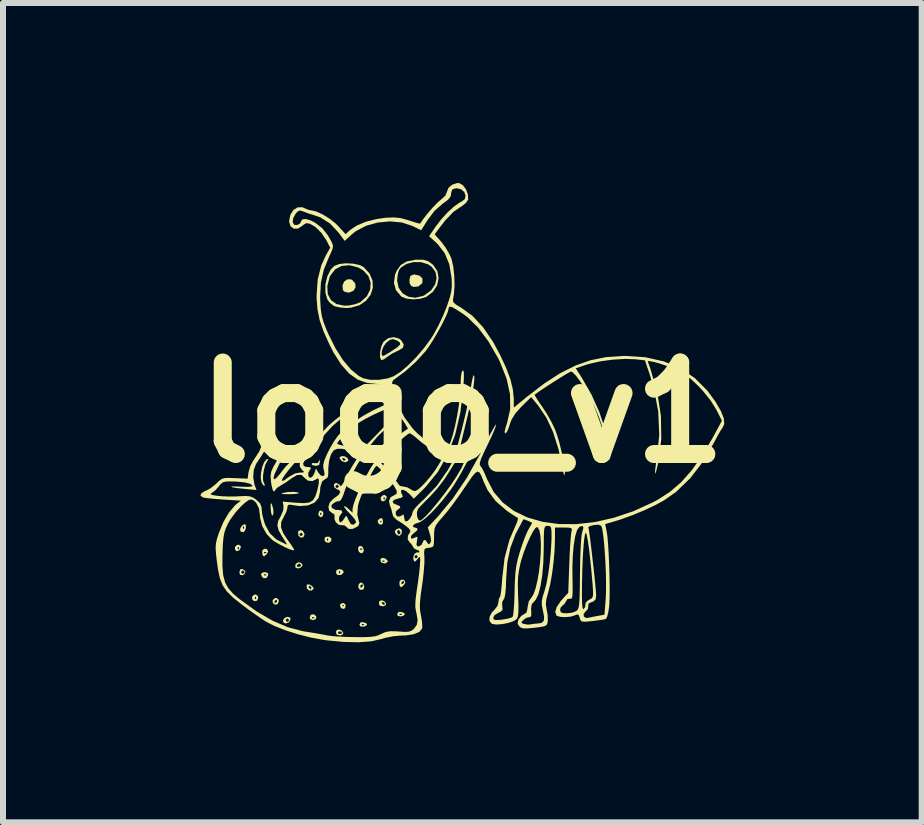
<source format=kicad_pcb>
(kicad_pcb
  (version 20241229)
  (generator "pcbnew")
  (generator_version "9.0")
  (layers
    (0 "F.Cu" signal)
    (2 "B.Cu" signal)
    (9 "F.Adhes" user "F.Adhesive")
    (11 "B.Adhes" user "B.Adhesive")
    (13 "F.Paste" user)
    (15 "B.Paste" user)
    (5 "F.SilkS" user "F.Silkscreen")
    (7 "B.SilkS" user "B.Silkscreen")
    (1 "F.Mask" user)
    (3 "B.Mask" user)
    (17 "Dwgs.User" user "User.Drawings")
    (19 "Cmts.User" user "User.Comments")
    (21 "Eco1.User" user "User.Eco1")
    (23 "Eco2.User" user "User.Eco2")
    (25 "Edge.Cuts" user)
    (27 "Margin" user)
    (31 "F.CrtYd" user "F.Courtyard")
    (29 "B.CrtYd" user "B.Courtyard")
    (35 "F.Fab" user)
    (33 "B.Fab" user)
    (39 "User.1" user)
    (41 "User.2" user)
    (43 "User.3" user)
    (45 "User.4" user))
  (footprint "logo_v1"
    (layer "F.Cu")
    (at 4.652 3.824)
    (property "Reference" "logo_v1" (at 0 0 0) (layer "F.SilkS") (effects (font (size 1.524 1.524) (thickness 0.3))))
    (attr board_only exclude_from_pos_files exclude_from_bom)
    (fp_poly (pts (xy -3.172 1.529) (xy -3.152 1.597) (xy -3.146 1.664) (xy -3.155 1.708) (xy -3.166 1.714) (xy -3.181 1.689) (xy -3.191 1.625) (xy -3.193 1.593) (xy -3.193 1.523) (xy -3.186 1.506)) (stroke (width 0) (type solid)) (fill yes) (layer "F.SilkS"))
    (fp_poly (pts (xy -2.736 1.33) (xy -2.724 1.336) (xy -2.733 1.347) (xy -2.787 1.355) (xy -2.876 1.359) (xy -2.881 1.359) (xy -2.974 1.357) (xy -3.016 1.351) (xy -3.002 1.341) (xy -3 1.34) (xy -2.904 1.322) (xy -2.808 1.319)) (stroke (width 0) (type solid)) (fill yes) (layer "F.SilkS"))
    (fp_poly (pts (xy -2.376 0.807) (xy -2.375 0.821) (xy -2.385 0.87) (xy -2.432 0.886) (xy -2.443 0.886) (xy -2.497 0.875) (xy -2.514 0.855) (xy -2.492 0.838) (xy -2.459 0.842) (xy -2.41 0.84) (xy -2.391 0.808) (xy -2.381 0.781)) (stroke (width 0) (type solid)) (fill yes) (layer "F.SilkS"))
    (fp_poly (pts (xy -1.854 -2.22) (xy -1.836 -2.211) (xy -1.784 -2.153) (xy -1.779 -2.088) (xy -1.813 -2.031) (xy -1.883 -2.001) (xy -1.904 -2) (xy -1.964 -2.015) (xy -1.989 -2.041) (xy -1.997 -2.118) (xy -1.969 -2.183) (xy -1.917 -2.221)) (stroke (width 0) (type solid)) (fill yes) (layer "F.SilkS"))
    (fp_poly (pts (xy -0.71 -2.281) (xy -0.665 -2.234) (xy -0.664 -2.171) (xy -0.674 -2.15) (xy -0.734 -2.102) (xy -0.811 -2.094) (xy -0.852 -2.11) (xy -0.878 -2.155) (xy -0.881 -2.217) (xy -0.865 -2.277) (xy -0.822 -2.298) (xy -0.789 -2.3)) (stroke (width 0) (type solid)) (fill yes) (layer "F.SilkS"))
    (fp_poly (pts (xy -1.949 3.193) (xy -1.945 3.236) (xy -1.968 3.269) (xy -2.005 3.264) (xy -2.025 3.247) (xy -2.037 3.214) (xy -2 3.214) (xy -1.986 3.229) (xy -1.971 3.214) (xy -1.986 3.2) (xy -2 3.214) (xy -2.037 3.214) (xy -2.041 3.201) (xy -2.007 3.174) (xy -1.981 3.171)) (stroke (width 0) (type solid)) (fill yes) (layer "F.SilkS"))
    (fp_poly (pts (xy -2.322 1.652) (xy -2.314 1.686) (xy -2.332 1.732) (xy -2.357 1.743) (xy -2.392 1.719) (xy -2.4 1.686) (xy -2.371 1.686) (xy -2.361 1.709) (xy -2.352 1.705) (xy -2.349 1.671) (xy -2.352 1.667) (xy -2.369 1.671) (xy -2.371 1.686) (xy -2.4 1.686) (xy -2.382 1.639) (xy -2.357 1.629)) (stroke (width 0) (type solid)) (fill yes) (layer "F.SilkS"))
    (fp_poly (pts (xy -1.326 1.783) (xy -1.325 1.784) (xy -1.321 1.839) (xy -1.347 1.868) (xy -1.386 1.858) (xy -1.396 1.848) (xy -1.409 1.814) (xy -1.371 1.814) (xy -1.357 1.829) (xy -1.343 1.814) (xy -1.357 1.8) (xy -1.371 1.814) (xy -1.409 1.814) (xy -1.413 1.806) (xy -1.386 1.772) (xy -1.349 1.753)) (stroke (width 0) (type solid)) (fill yes) (layer "F.SilkS"))
    (fp_poly (pts (xy -3.692 2.222) (xy -3.691 2.248) (xy -3.717 2.295) (xy -3.758 2.308) (xy -3.785 2.287) (xy -3.788 2.257) (xy -3.743 2.257) (xy -3.732 2.281) (xy -3.724 2.276) (xy -3.72 2.242) (xy -3.724 2.238) (xy -3.741 2.242) (xy -3.743 2.257) (xy -3.788 2.257) (xy -3.789 2.238) (xy -3.752 2.204) (xy -3.725 2.2)) (stroke (width 0) (type solid)) (fill yes) (layer "F.SilkS"))
    (fp_poly (pts (xy -3.408 3.052) (xy -3.4 3.086) (xy -3.42 3.132) (xy -3.464 3.142) (xy -3.5 3.114) (xy -3.502 3.086) (xy -3.457 3.086) (xy -3.447 3.109) (xy -3.438 3.105) (xy -3.435 3.071) (xy -3.438 3.067) (xy -3.455 3.071) (xy -3.457 3.086) (xy -3.502 3.086) (xy -3.504 3.066) (xy -3.467 3.033) (xy -3.441 3.029)) (stroke (width 0) (type solid)) (fill yes) (layer "F.SilkS"))
    (fp_poly (pts (xy -3.237 2.675) (xy -3.234 2.705) (xy -3.263 2.755) (xy -3.309 2.758) (xy -3.338 2.734) (xy -3.353 2.695) (xy -3.305 2.695) (xy -3.301 2.712) (xy -3.286 2.714) (xy -3.262 2.704) (xy -3.267 2.695) (xy -3.301 2.692) (xy -3.305 2.695) (xy -3.353 2.695) (xy -3.356 2.688) (xy -3.322 2.662) (xy -3.279 2.657)) (stroke (width 0) (type solid)) (fill yes) (layer "F.SilkS"))
    (fp_poly (pts (xy -2.217 2.067) (xy -2.182 2.097) (xy -2.184 2.14) (xy -2.228 2.17) (xy -2.277 2.156) (xy -2.296 2.127) (xy -2.295 2.114) (xy -2.257 2.114) (xy -2.247 2.138) (xy -2.238 2.133) (xy -2.235 2.099) (xy -2.238 2.095) (xy -2.255 2.099) (xy -2.257 2.114) (xy -2.295 2.114) (xy -2.29 2.081) (xy -2.269 2.067)) (stroke (width 0) (type solid)) (fill yes) (layer "F.SilkS"))
    (fp_poly (pts (xy -1.6 3.509) (xy -1.586 3.529) (xy -1.61 3.554) (xy -1.65 3.566) (xy -1.702 3.559) (xy -1.714 3.529) (xy -1.712 3.524) (xy -1.676 3.524) (xy -1.672 3.541) (xy -1.657 3.543) (xy -1.634 3.532) (xy -1.638 3.524) (xy -1.672 3.52) (xy -1.676 3.524) (xy -1.712 3.524) (xy -1.695 3.493) (xy -1.65 3.491)) (stroke (width 0) (type solid)) (fill yes) (layer "F.SilkS"))
    (fp_poly (pts (xy -1.283 2.43) (xy -1.246 2.464) (xy -1.244 2.487) (xy -1.287 2.512) (xy -1.339 2.503) (xy -1.357 2.486) (xy -1.361 2.467) (xy -1.333 2.467) (xy -1.329 2.484) (xy -1.314 2.486) (xy -1.291 2.475) (xy -1.295 2.467) (xy -1.329 2.463) (xy -1.333 2.467) (xy -1.361 2.467) (xy -1.365 2.44) (xy -1.334 2.418)) (stroke (width 0) (type solid)) (fill yes) (layer "F.SilkS"))
    (fp_poly (pts (xy -1.263 1.393) (xy -1.262 1.419) (xy -1.289 1.467) (xy -1.329 1.479) (xy -1.356 1.459) (xy -1.359 1.429) (xy -1.314 1.429) (xy -1.304 1.452) (xy -1.295 1.448) (xy -1.292 1.414) (xy -1.295 1.41) (xy -1.312 1.413) (xy -1.314 1.429) (xy -1.359 1.429) (xy -1.361 1.41) (xy -1.323 1.376) (xy -1.296 1.371)) (stroke (width 0) (type solid)) (fill yes) (layer "F.SilkS"))
    (fp_poly (pts (xy -0.971 3.337) (xy -0.957 3.357) (xy -0.981 3.383) (xy -1.021 3.395) (xy -1.074 3.388) (xy -1.086 3.357) (xy -1.083 3.352) (xy -1.048 3.352) (xy -1.044 3.369) (xy -1.029 3.371) (xy -1.005 3.361) (xy -1.01 3.352) (xy -1.043 3.349) (xy -1.048 3.352) (xy -1.083 3.352) (xy -1.066 3.322) (xy -1.021 3.319)) (stroke (width 0) (type solid)) (fill yes) (layer "F.SilkS"))
    (fp_poly (pts (xy -3.622 2.634) (xy -3.614 2.657) (xy -3.638 2.697) (xy -3.664 2.709) (xy -3.705 2.699) (xy -3.714 2.657) (xy -3.686 2.657) (xy -3.664 2.685) (xy -3.657 2.686) (xy -3.629 2.664) (xy -3.629 2.657) (xy -3.65 2.629) (xy -3.657 2.629) (xy -3.685 2.65) (xy -3.686 2.657) (xy -3.714 2.657) (xy -3.7 2.61) (xy -3.664 2.605)) (stroke (width 0) (type solid)) (fill yes) (layer "F.SilkS"))
    (fp_poly (pts (xy -3.245 0.799) (xy -3.25 0.806) (xy -3.282 0.867) (xy -3.306 0.955) (xy -3.32 1.049) (xy -3.32 1.127) (xy -3.308 1.165) (xy -3.29 1.205) (xy -3.295 1.219) (xy -3.317 1.209) (xy -3.346 1.161) (xy -3.359 1.09) (xy -3.353 0.997) (xy -3.332 0.901) (xy -3.3 0.822) (xy -3.262 0.778) (xy -3.257 0.776) (xy -3.23 0.772)) (stroke (width 0) (type solid)) (fill yes) (layer "F.SilkS"))
    (fp_poly (pts (xy -2.469 3.362) (xy -2.432 3.396) (xy -2.438 3.437) (xy -2.483 3.457) (xy -2.486 3.457) (xy -2.532 3.441) (xy -2.543 3.419) (xy -2.54 3.41) (xy -2.505 3.41) (xy -2.501 3.427) (xy -2.486 3.429) (xy -2.462 3.418) (xy -2.467 3.41) (xy -2.501 3.406) (xy -2.505 3.41) (xy -2.54 3.41) (xy -2.526 3.366) (xy -2.477 3.359)) (stroke (width 0) (type solid)) (fill yes) (layer "F.SilkS"))
    (fp_poly (pts (xy -2 2.618) (xy -1.977 2.651) (xy -1.979 2.664) (xy -2.014 2.701) (xy -2.066 2.707) (xy -2.101 2.685) (xy -2.101 2.657) (xy -2.057 2.657) (xy -2.047 2.681) (xy -2.038 2.676) (xy -2.035 2.642) (xy -2.038 2.638) (xy -2.055 2.642) (xy -2.057 2.657) (xy -2.101 2.657) (xy -2.102 2.639) (xy -2.091 2.622) (xy -2.047 2.606)) (stroke (width 0) (type solid)) (fill yes) (layer "F.SilkS"))
    (fp_poly (pts (xy -1.667 2.232) (xy -1.659 2.24) (xy -1.639 2.293) (xy -1.658 2.333) (xy -1.688 2.343) (xy -1.721 2.32) (xy -1.733 2.298) (xy -1.735 2.267) (xy -1.705 2.267) (xy -1.701 2.284) (xy -1.686 2.286) (xy -1.662 2.275) (xy -1.667 2.267) (xy -1.701 2.263) (xy -1.705 2.267) (xy -1.735 2.267) (xy -1.736 2.245) (xy -1.708 2.218)) (stroke (width 0) (type solid)) (fill yes) (layer "F.SilkS"))
    (fp_poly (pts (xy -3.605 1.878) (xy -3.607 1.925) (xy -3.625 1.972) (xy -3.647 1.992) (xy -3.691 1.982) (xy -3.7 1.972) (xy -3.699 1.928) (xy -3.691 1.914) (xy -3.657 1.914) (xy -3.647 1.938) (xy -3.638 1.933) (xy -3.635 1.899) (xy -3.638 1.895) (xy -3.655 1.899) (xy -3.657 1.914) (xy -3.691 1.914) (xy -3.668 1.88) (xy -3.625 1.857) (xy -3.623 1.857)) (stroke (width 0) (type solid)) (fill yes) (layer "F.SilkS"))
    (fp_poly (pts (xy -3.266 2.269) (xy -3.251 2.28) (xy -3.234 2.317) (xy -3.263 2.361) (xy -3.264 2.362) (xy -3.302 2.394) (xy -3.322 2.383) (xy -3.331 2.36) (xy -3.333 2.324) (xy -3.305 2.324) (xy -3.301 2.341) (xy -3.286 2.343) (xy -3.262 2.332) (xy -3.267 2.324) (xy -3.301 2.32) (xy -3.305 2.324) (xy -3.333 2.324) (xy -3.334 2.304) (xy -3.307 2.269)) (stroke (width 0) (type solid)) (fill yes) (layer "F.SilkS"))
    (fp_poly (pts (xy -3.065 3.11) (xy -3.057 3.143) (xy -3.077 3.189) (xy -3.121 3.199) (xy -3.157 3.171) (xy -3.159 3.143) (xy -3.129 3.143) (xy -3.126 3.169) (xy -3.116 3.171) (xy -3.087 3.151) (xy -3.086 3.143) (xy -3.095 3.115) (xy -3.098 3.114) (xy -3.123 3.134) (xy -3.129 3.143) (xy -3.159 3.143) (xy -3.161 3.124) (xy -3.124 3.09) (xy -3.098 3.086)) (stroke (width 0) (type solid)) (fill yes) (layer "F.SilkS"))
    (fp_poly (pts (xy -2.866 3.417) (xy -2.863 3.45) (xy -2.892 3.494) (xy -2.942 3.512) (xy -2.978 3.498) (xy -2.988 3.458) (xy -2.987 3.457) (xy -2.943 3.457) (xy -2.921 3.485) (xy -2.914 3.486) (xy -2.887 3.464) (xy -2.886 3.457) (xy -2.907 3.429) (xy -2.914 3.429) (xy -2.942 3.45) (xy -2.943 3.457) (xy -2.987 3.457) (xy -2.959 3.418) (xy -2.909 3.4)) (stroke (width 0) (type solid)) (fill yes) (layer "F.SilkS"))
    (fp_poly (pts (xy -2.007 3.633) (xy -1.984 3.668) (xy -1.988 3.689) (xy -2.03 3.713) (xy -2.082 3.702) (xy -2.102 3.683) (xy -2.102 3.657) (xy -2.071 3.657) (xy -2.065 3.682) (xy -2.045 3.686) (xy -2.005 3.679) (xy -2 3.673) (xy -2.021 3.646) (xy -2.059 3.646) (xy -2.071 3.657) (xy -2.102 3.657) (xy -2.102 3.639) (xy -2.09 3.622) (xy -2.05 3.612)) (stroke (width 0) (type solid)) (fill yes) (layer "F.SilkS"))
    (fp_poly (pts (xy -2.69 2.501) (xy -2.663 2.531) (xy -2.664 2.55) (xy -2.697 2.585) (xy -2.747 2.596) (xy -2.781 2.579) (xy -2.782 2.543) (xy -2.757 2.543) (xy -2.751 2.567) (xy -2.73 2.571) (xy -2.691 2.557) (xy -2.686 2.543) (xy -2.706 2.515) (xy -2.713 2.514) (xy -2.751 2.535) (xy -2.757 2.543) (xy -2.782 2.543) (xy -2.782 2.536) (xy -2.772 2.516) (xy -2.735 2.493)) (stroke (width 0) (type solid)) (fill yes) (layer "F.SilkS"))
    (fp_poly (pts (xy -1.65 2.852) (xy -1.633 2.9) (xy -1.646 2.944) (xy -1.69 2.953) (xy -1.712 2.945) (xy -1.735 2.905) (xy -1.731 2.886) (xy -1.7 2.886) (xy -1.698 2.912) (xy -1.687 2.914) (xy -1.658 2.894) (xy -1.657 2.886) (xy -1.667 2.858) (xy -1.67 2.857) (xy -1.694 2.877) (xy -1.7 2.886) (xy -1.731 2.886) (xy -1.726 2.857) (xy -1.692 2.829) (xy -1.686 2.829)) (stroke (width 0) (type solid)) (fill yes) (layer "F.SilkS"))
    (fp_poly (pts (xy -1.293 3.147) (xy -1.269 3.183) (xy -1.273 3.203) (xy -1.316 3.227) (xy -1.368 3.217) (xy -1.387 3.198) (xy -1.387 3.17) (xy -1.343 3.17) (xy -1.322 3.199) (xy -1.314 3.2) (xy -1.286 3.19) (xy -1.286 3.187) (xy -1.306 3.163) (xy -1.314 3.157) (xy -1.341 3.159) (xy -1.343 3.17) (xy -1.387 3.17) (xy -1.387 3.153) (xy -1.376 3.136) (xy -1.336 3.126)) (stroke (width 0) (type solid)) (fill yes) (layer "F.SilkS"))
    (fp_poly (pts (xy -1.011 1.95) (xy -1.007 2.004) (xy -1.01 2.012) (xy -1.044 2.054) (xy -1.09 2.04) (xy -1.111 2.018) (xy -1.124 1.984) (xy -1.086 1.984) (xy -1.071 2.023) (xy -1.057 2.029) (xy -1.029 2.008) (xy -1.029 2.002) (xy -1.049 1.963) (xy -1.057 1.957) (xy -1.082 1.964) (xy -1.086 1.984) (xy -1.124 1.984) (xy -1.126 1.977) (xy -1.099 1.942) (xy -1.048 1.925)) (stroke (width 0) (type solid)) (fill yes) (layer "F.SilkS"))
    (fp_poly (pts (xy -2.654 1.975) (xy -2.63 2.02) (xy -2.629 2.032) (xy -2.648 2.075) (xy -2.69 2.083) (xy -2.727 2.054) (xy -2.732 2.044) (xy -2.733 2.029) (xy -2.714 2.029) (xy -2.693 2.056) (xy -2.686 2.057) (xy -2.658 2.035) (xy -2.657 2.029) (xy -2.679 2.001) (xy -2.686 2) (xy -2.713 2.022) (xy -2.714 2.029) (xy -2.733 2.029) (xy -2.736 1.99) (xy -2.73 1.974) (xy -2.695 1.955)) (stroke (width 0) (type solid)) (fill yes) (layer "F.SilkS"))
    (fp_poly (pts (xy -2.507 2.886) (xy -2.478 2.92) (xy -2.477 2.932) (xy -2.506 2.962) (xy -2.553 2.962) (xy -2.589 2.931) (xy -2.589 2.929) (xy -2.592 2.903) (xy -2.562 2.903) (xy -2.557 2.914) (xy -2.531 2.942) (xy -2.527 2.943) (xy -2.515 2.921) (xy -2.514 2.914) (xy -2.536 2.887) (xy -2.545 2.886) (xy -2.562 2.903) (xy -2.592 2.903) (xy -2.595 2.88) (xy -2.588 2.864) (xy -2.552 2.861)) (stroke (width 0) (type solid)) (fill yes) (layer "F.SilkS"))
    (fp_poly (pts (xy -1.966 0.726) (xy -1.919 0.751) (xy -1.898 0.787) (xy -1.902 0.803) (xy -1.945 0.828) (xy -2.001 0.811) (xy -2.028 0.786) (xy -2.037 0.77) (xy -2 0.77) (xy -1.979 0.799) (xy -1.971 0.8) (xy -1.944 0.79) (xy -1.943 0.787) (xy -1.963 0.763) (xy -1.971 0.757) (xy -1.998 0.759) (xy -2 0.77) (xy -2.037 0.77) (xy -2.048 0.748) (xy -2.018 0.726) (xy -2.017 0.726)) (stroke (width 0) (type solid)) (fill yes) (layer "F.SilkS"))
    (fp_poly (pts (xy -0.98 2.783) (xy -0.966 2.794) (xy -0.948 2.831) (xy -0.977 2.875) (xy -0.979 2.877) (xy -1.016 2.909) (xy -1.036 2.897) (xy -1.046 2.875) (xy -1.048 2.829) (xy -1.014 2.829) (xy -1.012 2.855) (xy -1.002 2.857) (xy -0.973 2.836) (xy -0.971 2.829) (xy -0.981 2.801) (xy -0.984 2.8) (xy -1.008 2.82) (xy -1.014 2.829) (xy -1.048 2.829) (xy -1.049 2.819) (xy -1.022 2.783)) (stroke (width 0) (type solid)) (fill yes) (layer "F.SilkS"))
    (fp_poly (pts (xy -1.057 -1.235) (xy -1.019 -1.205) (xy -0.976 -1.136) (xy -0.989 -1.082) (xy -1.057 -1.038) (xy -1.071 -1.032) (xy -1.166 -0.987) (xy -1.253 -0.928) (xy -1.253 -0.928) (xy -1.31 -0.887) (xy -1.349 -0.875) (xy -1.353 -0.877) (xy -1.372 -0.929) (xy -1.371 -0.977) (xy -1.346 -0.977) (xy -1.332 -0.945) (xy -1.324 -0.943) (xy -1.291 -0.957) (xy -1.227 -0.994) (xy -1.167 -1.032) (xy -1.079 -1.092) (xy -1.038 -1.134) (xy -1.04 -1.167) (xy -1.08 -1.197) (xy -1.084 -1.199) (xy -1.152 -1.225) (xy -1.207 -1.213) (xy -1.273 -1.159) (xy -1.273 -1.158) (xy -1.312 -1.103) (xy -1.338 -1.036) (xy -1.346 -0.977) (xy -1.371 -0.977) (xy -1.37 -1.011) (xy -1.351 -1.1) (xy -1.318 -1.173) (xy -1.312 -1.182) (xy -1.236 -1.24) (xy -1.144 -1.258)) (stroke (width 0) (type solid)) (fill yes) (layer "F.SilkS"))
    (fp_poly (pts (xy -0.569 -2.522) (xy -0.488 -2.464) (xy -0.484 -2.459) (xy -0.415 -2.355) (xy -0.396 -2.238) (xy -0.421 -2.12) (xy -0.49 -2.013) (xy -0.598 -1.93) (xy -0.601 -1.928) (xy -0.7 -1.897) (xy -0.816 -1.887) (xy -0.927 -1.899) (xy -1.011 -1.931) (xy -1.018 -1.936) (xy -1.106 -2.039) (xy -1.14 -2.162) (xy -1.135 -2.2) (xy -1.086 -2.2) (xy -1.061 -2.079) (xy -0.996 -1.987) (xy -0.899 -1.931) (xy -0.782 -1.914) (xy -0.656 -1.944) (xy -0.63 -1.957) (xy -0.521 -2.036) (xy -0.454 -2.135) (xy -0.429 -2.24) (xy -0.447 -2.343) (xy -0.511 -2.43) (xy -0.571 -2.471) (xy -0.687 -2.507) (xy -0.812 -2.508) (xy -0.929 -2.478) (xy -1.021 -2.419) (xy -1.056 -2.373) (xy -1.075 -2.309) (xy -1.085 -2.221) (xy -1.086 -2.2) (xy -1.135 -2.2) (xy -1.121 -2.299) (xy -1.096 -2.361) (xy -1.027 -2.458) (xy -0.925 -2.519) (xy -0.783 -2.547) (xy -0.648 -2.547)) (stroke (width 0) (type solid)) (fill yes) (layer "F.SilkS"))
    (fp_poly (pts (xy -1.814 -2.481) (xy -1.706 -2.457) (xy -1.646 -2.426) (xy -1.546 -2.318) (xy -1.496 -2.199) (xy -1.491 -2.078) (xy -1.529 -1.963) (xy -1.605 -1.864) (xy -1.715 -1.789) (xy -1.856 -1.748) (xy -1.934 -1.743) (xy -2.033 -1.751) (xy -2.119 -1.77) (xy -2.142 -1.78) (xy -2.21 -1.833) (xy -2.249 -1.886) (xy -2.282 -2.002) (xy -2.281 -2.105) (xy -2.25 -2.105) (xy -2.242 -1.976) (xy -2.19 -1.875) (xy -2.097 -1.809) (xy -1.968 -1.782) (xy -1.888 -1.785) (xy -1.792 -1.805) (xy -1.71 -1.835) (xy -1.693 -1.845) (xy -1.59 -1.94) (xy -1.535 -2.051) (xy -1.528 -2.167) (xy -1.566 -2.277) (xy -1.651 -2.37) (xy -1.735 -2.418) (xy -1.88 -2.456) (xy -2.011 -2.444) (xy -2.12 -2.386) (xy -2.199 -2.284) (xy -2.211 -2.258) (xy -2.25 -2.105) (xy -2.281 -2.105) (xy -2.281 -2.136) (xy -2.25 -2.268) (xy -2.194 -2.381) (xy -2.133 -2.444) (xy -2.05 -2.476) (xy -1.937 -2.488)) (stroke (width 0) (type solid)) (fill yes) (layer "F.SilkS"))
    (fp_poly (pts (xy -0.052 -3.824) (xy 0.008 -3.79) (xy 0.06 -3.72) (xy 0.093 -3.635) (xy 0.097 -3.554) (xy 0.095 -3.548) (xy 0.06 -3.493) (xy -0.007 -3.44) (xy -0.025 -3.43) (xy -0.149 -3.344) (xy -0.281 -3.207) (xy -0.382 -3.078) (xy -0.461 -2.97) (xy -0.346 -2.84) (xy -0.272 -2.739) (xy -0.207 -2.623) (xy -0.181 -2.562) (xy -0.151 -2.432) (xy -0.134 -2.271) (xy -0.13 -2.105) (xy -0.142 -1.959) (xy -0.149 -1.924) (xy -0.157 -1.872) (xy -0.146 -1.835) (xy -0.105 -1.799) (xy -0.024 -1.751) (xy -0.018 -1.747) (xy 0.169 -1.612) (xy 0.345 -1.423) (xy 0.512 -1.178) (xy 0.631 -0.957) (xy 0.732 -0.739) (xy 0.801 -0.554) (xy 0.841 -0.388) (xy 0.857 -0.23) (xy 0.857 -0.195) (xy 0.857 -0.084) (xy 1.079 -0.266) (xy 1.363 -0.484) (xy 1.628 -0.656) (xy 1.883 -0.784) (xy 2.136 -0.873) (xy 2.396 -0.925) (xy 2.67 -0.944) (xy 2.714 -0.945) (xy 3.053 -0.922) (xy 3.358 -0.853) (xy 3.631 -0.738) (xy 3.871 -0.577) (xy 4.08 -0.368) (xy 4.214 -0.186) (xy 4.306 -0.028) (xy 4.355 0.095) (xy 4.364 0.188) (xy 4.335 0.251) (xy 4.301 0.301) (xy 4.253 0.384) (xy 4.201 0.483) (xy 4.199 0.486) (xy 4.011 0.813) (xy 3.798 1.091) (xy 3.562 1.319) (xy 3.357 1.463) (xy 3.211 1.542) (xy 3.03 1.627) (xy 2.833 1.708) (xy 2.64 1.778) (xy 2.538 1.81) (xy 2.379 1.857) (xy 2.404 1.978) (xy 2.417 2.067) (xy 2.428 2.2) (xy 2.438 2.364) (xy 2.446 2.546) (xy 2.451 2.733) (xy 2.454 2.912) (xy 2.453 3.07) (xy 2.448 3.193) (xy 2.445 3.234) (xy 2.429 3.338) (xy 2.408 3.41) (xy 2.389 3.438) (xy 2.343 3.448) (xy 2.26 3.46) (xy 2.163 3.472) (xy 2.062 3.482) (xy 2.004 3.481) (xy 1.975 3.468) (xy 1.96 3.437) (xy 1.956 3.418) (xy 1.936 3.367) (xy 1.903 3.363) (xy 1.882 3.374) (xy 1.809 3.397) (xy 1.718 3.407) (xy 1.631 3.402) (xy 1.573 3.384) (xy 1.568 3.38) (xy 1.559 3.353) (xy 2.02 3.353) (xy 2.024 3.398) (xy 2.064 3.421) (xy 2.097 3.418) (xy 2.166 3.403) (xy 2.254 3.386) (xy 2.262 3.385) (xy 2.367 3.366) (xy 2.387 3.121) (xy 2.393 3) (xy 2.394 2.849) (xy 2.391 2.68) (xy 2.384 2.504) (xy 2.373 2.33) (xy 2.361 2.171) (xy 2.346 2.037) (xy 2.331 1.939) (xy 2.315 1.887) (xy 2.269 1.866) (xy 2.19 1.872) (xy 2.126 1.89) (xy 2.098 1.908) (xy 2.099 1.913) (xy 2.107 1.947) (xy 2.119 2.028) (xy 2.134 2.144) (xy 2.151 2.285) (xy 2.169 2.439) (xy 2.187 2.597) (xy 2.203 2.747) (xy 2.216 2.879) (xy 2.225 2.981) (xy 2.229 3.044) (xy 2.229 3.047) (xy 2.219 3.114) (xy 2.18 3.147) (xy 2.155 3.155) (xy 2.101 3.181) (xy 2.098 3.219) (xy 2.091 3.272) (xy 2.059 3.305) (xy 2.02 3.353) (xy 1.559 3.353) (xy 1.547 3.321) (xy 1.558 3.285) (xy 1.629 3.285) (xy 1.638 3.323) (xy 1.678 3.34) (xy 1.737 3.343) (xy 1.824 3.333) (xy 1.894 3.308) (xy 1.9 3.303) (xy 1.919 3.286) (xy 1.932 3.26) (xy 1.942 3.216) (xy 1.949 3.148) (xy 1.954 3.054) (xy 1.992 3.054) (xy 1.995 3.181) (xy 2.003 3.255) (xy 2.014 3.276) (xy 2.044 3.243) (xy 2.046 3.233) (xy 2.053 3.177) (xy 2.054 3.171) (xy 2.08 3.138) (xy 2.122 3.112) (xy 2.153 3.095) (xy 2.171 3.071) (xy 2.178 3.028) (xy 2.176 2.954) (xy 2.168 2.836) (xy 2.166 2.82) (xy 2.147 2.606) (xy 2.127 2.415) (xy 2.108 2.251) (xy 2.089 2.124) (xy 2.072 2.038) (xy 2.059 2.001) (xy 2.056 2) (xy 2.043 2.028) (xy 2.03 2.108) (xy 2.018 2.234) (xy 2.007 2.403) (xy 1.999 2.609) (xy 1.993 2.846) (xy 1.993 2.879) (xy 1.992 3.054) (xy 1.954 3.054) (xy 1.954 3.048) (xy 1.957 2.908) (xy 1.959 2.72) (xy 1.96 2.667) (xy 1.963 2.451) (xy 1.97 2.268) (xy 1.978 2.124) (xy 1.989 2.027) (xy 1.998 1.989) (xy 2.017 1.916) (xy 2.002 1.886) (xy 1.954 1.901) (xy 1.949 1.904) (xy 1.911 1.956) (xy 1.88 2.058) (xy 1.856 2.202) (xy 1.84 2.382) (xy 1.833 2.588) (xy 1.835 2.735) (xy 1.837 2.889) (xy 1.837 2.994) (xy 1.833 3.058) (xy 1.824 3.091) (xy 1.809 3.101) (xy 1.795 3.098) (xy 1.748 3.107) (xy 1.73 3.139) (xy 1.696 3.193) (xy 1.67 3.211) (xy 1.636 3.249) (xy 1.629 3.285) (xy 1.558 3.285) (xy 1.572 3.238) (xy 1.64 3.138) (xy 1.667 3.107) (xy 1.764 3.001) (xy 1.781 2.536) (xy 1.787 2.373) (xy 1.795 2.225) (xy 1.804 2.103) (xy 1.812 2.02) (xy 1.816 1.993) (xy 1.825 1.947) (xy 1.813 1.924) (xy 1.767 1.915) (xy 1.689 1.914) (xy 1.543 1.914) (xy 1.543 2.101) (xy 1.537 2.285) (xy 1.52 2.484) (xy 1.495 2.682) (xy 1.464 2.859) (xy 1.429 2.998) (xy 1.429 3) (xy 1.398 3.112) (xy 1.391 3.197) (xy 1.403 3.271) (xy 1.421 3.368) (xy 1.423 3.462) (xy 1.423 3.466) (xy 1.416 3.513) (xy 1.399 3.542) (xy 1.359 3.56) (xy 1.284 3.573) (xy 1.205 3.583) (xy 1.092 3.594) (xy 1.021 3.595) (xy 0.977 3.583) (xy 0.95 3.562) (xy 0.92 3.515) (xy 0.926 3.486) (xy 0.986 3.486) (xy 0.991 3.506) (xy 1.02 3.519) (xy 1.092 3.531) (xy 1.129 3.528) (xy 1.208 3.516) (xy 1.243 3.514) (xy 1.318 3.504) (xy 1.356 3.47) (xy 1.362 3.402) (xy 1.344 3.306) (xy 1.325 3.213) (xy 1.323 3.14) (xy 1.34 3.061) (xy 1.366 2.98) (xy 1.4 2.856) (xy 1.43 2.691) (xy 1.456 2.502) (xy 1.475 2.306) (xy 1.485 2.12) (xy 1.486 2.054) (xy 1.484 1.96) (xy 1.475 1.909) (xy 1.454 1.889) (xy 1.421 1.886) (xy 1.395 1.888) (xy 1.378 1.9) (xy 1.366 1.93) (xy 1.36 1.989) (xy 1.357 2.085) (xy 1.356 2.227) (xy 1.356 2.264) (xy 1.349 2.498) (xy 1.331 2.708) (xy 1.303 2.885) (xy 1.267 3.024) (xy 1.223 3.117) (xy 1.197 3.145) (xy 1.156 3.192) (xy 1.145 3.261) (xy 1.147 3.302) (xy 1.149 3.377) (xy 1.133 3.406) (xy 1.118 3.406) (xy 1.069 3.417) (xy 1.023 3.448) (xy 0.986 3.486) (xy 0.926 3.486) (xy 0.931 3.458) (xy 0.936 3.446) (xy 0.981 3.386) (xy 1.027 3.358) (xy 1.07 3.327) (xy 1.085 3.261) (xy 1.086 3.242) (xy 1.107 3.142) (xy 1.144 3.091) (xy 1.184 3.029) (xy 1.22 2.927) (xy 1.251 2.796) (xy 1.277 2.645) (xy 1.295 2.486) (xy 1.306 2.328) (xy 1.308 2.181) (xy 1.301 2.056) (xy 1.284 1.963) (xy 1.256 1.912) (xy 1.243 1.905) (xy 1.213 1.927) (xy 1.171 1.991) (xy 1.122 2.088) (xy 1.071 2.205) (xy 1.022 2.332) (xy 0.982 2.457) (xy 0.971 2.498) (xy 0.945 2.617) (xy 0.929 2.727) (xy 0.924 2.847) (xy 0.927 2.998) (xy 0.929 3.055) (xy 0.935 3.215) (xy 0.933 3.326) (xy 0.924 3.398) (xy 0.908 3.436) (xy 0.855 3.472) (xy 0.766 3.503) (xy 0.662 3.523) (xy 0.565 3.53) (xy 0.495 3.519) (xy 0.49 3.517) (xy 0.452 3.469) (xy 0.453 3.416) (xy 0.514 3.416) (xy 0.522 3.444) (xy 0.553 3.455) (xy 0.622 3.452) (xy 0.662 3.448) (xy 0.751 3.433) (xy 0.817 3.414) (xy 0.836 3.404) (xy 0.847 3.367) (xy 0.856 3.284) (xy 0.864 3.166) (xy 0.869 3.025) (xy 0.87 2.981) (xy 0.875 2.804) (xy 0.884 2.667) (xy 0.899 2.553) (xy 0.922 2.444) (xy 0.955 2.329) (xy 0.997 2.198) (xy 1.043 2.075) (xy 1.085 1.977) (xy 1.098 1.953) (xy 1.164 1.834) (xy 1.093 1.802) (xy 1.039 1.781) (xy 1.016 1.778) (xy 0.887 2.021) (xy 0.8 2.253) (xy 0.749 2.496) (xy 0.73 2.767) (xy 0.724 2.928) (xy 0.713 3.036) (xy 0.698 3.098) (xy 0.686 3.114) (xy 0.662 3.161) (xy 0.665 3.22) (xy 0.67 3.282) (xy 0.64 3.316) (xy 0.598 3.335) (xy 0.537 3.373) (xy 0.514 3.416) (xy 0.453 3.416) (xy 0.454 3.4) (xy 0.493 3.327) (xy 0.532 3.288) (xy 0.585 3.22) (xy 0.6 3.162) (xy 0.609 3.101) (xy 0.624 3.074) (xy 0.636 3.041) (xy 0.647 2.963) (xy 0.658 2.853) (xy 0.665 2.751) (xy 0.704 2.419) (xy 0.784 2.12) (xy 0.878 1.901) (xy 0.914 1.82) (xy 0.927 1.765) (xy 0.921 1.75) (xy 0.883 1.729) (xy 0.815 1.685) (xy 0.74 1.634) (xy 0.557 1.476) (xy 0.42 1.29) (xy 0.356 1.152) (xy 0.319 1.058) (xy 0.288 1) (xy 0.256 0.981) (xy 0.216 1.004) (xy 0.161 1.069) (xy 0.085 1.179) (xy 0.037 1.25) (xy -0.057 1.387) (xy -0.157 1.525) (xy -0.251 1.647) (xy -0.319 1.727) (xy -0.395 1.814) (xy -0.44 1.877) (xy -0.463 1.933) (xy -0.471 2.001) (xy -0.471 2.07) (xy -0.473 2.166) (xy -0.481 2.218) (xy -0.503 2.241) (xy -0.545 2.25) (xy -0.557 2.251) (xy -0.607 2.259) (xy -0.631 2.279) (xy -0.637 2.327) (xy -0.632 2.408) (xy -0.632 2.498) (xy -0.641 2.625) (xy -0.656 2.772) (xy -0.673 2.892) (xy -0.695 3.047) (xy -0.706 3.161) (xy -0.708 3.249) (xy -0.7 3.327) (xy -0.688 3.385) (xy -0.672 3.482) (xy -0.667 3.563) (xy -0.671 3.597) (xy -0.717 3.653) (xy -0.812 3.692) (xy -0.949 3.712) (xy -1.027 3.714) (xy -1.15 3.725) (xy -1.284 3.752) (xy -1.35 3.771) (xy -1.513 3.809) (xy -1.723 3.825) (xy -1.973 3.82) (xy -2.256 3.793) (xy -2.314 3.785) (xy -2.522 3.747) (xy -2.738 3.692) (xy -2.948 3.625) (xy -3.133 3.552) (xy -3.27 3.482) (xy -3.354 3.427) (xy -3.466 3.349) (xy -3.59 3.26) (xy -3.677 3.194) (xy -3.82 3.08) (xy -3.922 2.979) (xy -3.992 2.878) (xy -4.039 2.76) (xy -4.071 2.611) (xy -4.078 2.559) (xy -3.997 2.559) (xy -3.984 2.71) (xy -3.952 2.83) (xy -3.896 2.929) (xy -3.813 3.022) (xy -3.707 3.11) (xy -3.425 3.313) (xy -3.16 3.467) (xy -2.907 3.575) (xy -2.66 3.64) (xy -2.619 3.647) (xy -2.487 3.668) (xy -2.363 3.689) (xy -2.267 3.707) (xy -2.243 3.712) (xy -2.168 3.722) (xy -2.053 3.731) (xy -1.914 3.737) (xy -1.793 3.739) (xy -1.64 3.74) (xy -1.532 3.735) (xy -1.454 3.725) (xy -1.394 3.707) (xy -1.351 3.686) (xy -1.278 3.654) (xy -1.2 3.641) (xy -1.097 3.643) (xy -1.058 3.646) (xy -0.953 3.653) (xy -0.886 3.648) (xy -0.841 3.629) (xy -0.807 3.602) (xy -0.759 3.536) (xy -0.745 3.454) (xy -0.764 3.342) (xy -0.772 3.314) (xy -0.784 3.233) (xy -0.78 3.122) (xy -0.761 2.969) (xy -0.759 2.957) (xy -0.738 2.818) (xy -0.72 2.678) (xy -0.708 2.562) (xy -0.707 2.539) (xy -0.702 2.449) (xy -0.704 2.408) (xy -0.717 2.407) (xy -0.745 2.437) (xy -0.746 2.439) (xy -0.783 2.479) (xy -0.803 2.476) (xy -0.815 2.45) (xy -0.817 2.4) (xy -0.8 2.4) (xy -0.778 2.428) (xy -0.771 2.429) (xy -0.744 2.407) (xy -0.743 2.4) (xy -0.765 2.372) (xy -0.771 2.371) (xy -0.799 2.393) (xy -0.8 2.4) (xy -0.817 2.4) (xy -0.817 2.397) (xy -0.793 2.349) (xy -0.757 2.326) (xy -0.74 2.331) (xy -0.716 2.325) (xy -0.714 2.316) (xy -0.737 2.289) (xy -0.758 2.286) (xy -0.804 2.262) (xy -0.82 2.236) (xy -0.856 2.18) (xy -0.876 2.163) (xy -0.91 2.114) (xy -0.906 2.048) (xy -0.879 2.004) (xy -0.864 1.972) (xy -0.887 1.934) (xy -0.929 1.897) (xy -1.006 1.84) (xy -1.08 1.795) (xy -1.086 1.792) (xy -1.147 1.736) (xy -1.165 1.685) (xy -1.185 1.601) (xy -1.205 1.552) (xy -1.222 1.471) (xy -1.193 1.407) (xy -1.143 1.38) (xy -1.095 1.352) (xy -1.093 1.303) (xy -1.134 1.228) (xy -1.192 1.148) (xy -1.26 1.062) (xy -1.328 0.982) (xy -1.386 0.92) (xy -1.423 0.888) (xy -1.429 0.886) (xy -1.454 0.91) (xy -1.494 0.976) (xy -1.544 1.071) (xy -1.598 1.184) (xy -1.65 1.302) (xy -1.695 1.413) (xy -1.728 1.506) (xy -1.739 1.552) (xy -1.75 1.695) (xy -1.732 1.776) (xy -1.715 1.84) (xy -1.729 1.88) (xy -1.755 1.902) (xy -1.829 1.937) (xy -1.894 1.937) (xy -1.931 1.903) (xy -1.967 1.876) (xy -1.998 1.877) (xy -2.059 1.868) (xy -2.11 1.824) (xy -2.132 1.763) (xy -2.128 1.742) (xy -2.133 1.693) (xy -2.17 1.672) (xy -2.219 1.632) (xy -2.231 1.568) (xy -2.223 1.543) (xy -2.182 1.543) (xy -2.177 1.578) (xy -2.167 1.591) (xy -2.112 1.62) (xy -2.066 1.621) (xy -2.014 1.628) (xy -1.998 1.661) (xy -2.028 1.699) (xy -2.029 1.7) (xy -2.051 1.736) (xy -2.056 1.787) (xy -2.042 1.824) (xy -2.03 1.829) (xy -1.997 1.806) (xy -1.967 1.764) (xy -1.943 1.724) (xy -1.926 1.726) (xy -1.902 1.775) (xy -1.895 1.792) (xy -1.857 1.857) (xy -1.816 1.868) (xy -1.815 1.868) (xy -1.776 1.835) (xy -1.771 1.817) (xy -1.791 1.778) (xy -1.839 1.719) (xy -1.871 1.686) (xy -1.93 1.624) (xy -1.966 1.575) (xy -1.971 1.561) (xy -1.954 1.559) (xy -1.91 1.59) (xy -1.9 1.6) (xy -1.829 1.667) (xy -1.829 1.605) (xy -1.815 1.538) (xy -1.779 1.434) (xy -1.725 1.306) (xy -1.66 1.168) (xy -1.59 1.032) (xy -1.521 0.911) (xy -1.487 0.859) (xy -1.447 0.806) (xy -1.371 0.806) (xy -1.353 0.839) (xy -1.306 0.901) (xy -1.237 0.982) (xy -1.214 1.008) (xy -1.142 1.091) (xy -1.087 1.158) (xy -1.059 1.2) (xy -1.057 1.205) (xy -1.033 1.223) (xy -0.991 1.229) (xy -0.915 1.246) (xy -0.87 1.271) (xy -0.824 1.3) (xy -0.785 1.306) (xy -0.74 1.283) (xy -0.677 1.227) (xy -0.615 1.162) (xy -0.528 1.06) (xy -0.445 0.948) (xy -0.392 0.863) (xy -0.312 0.716) (xy -0.459 0.642) (xy -0.569 0.576) (xy -0.682 0.494) (xy -0.727 0.455) (xy -0.798 0.394) (xy -0.855 0.354) (xy -0.879 0.343) (xy -0.912 0.362) (xy -0.974 0.411) (xy -1.055 0.482) (xy -1.144 0.564) (xy -1.23 0.647) (xy -1.304 0.722) (xy -1.355 0.778) (xy -1.371 0.806) (xy -1.447 0.806) (xy -1.38 0.715) (xy -1.255 0.571) (xy -1.128 0.441) (xy -1.012 0.341) (xy -0.989 0.324) (xy -0.906 0.266) (xy -0.959 0.176) (xy -0.999 0.117) (xy -1.029 0.087) (xy -1.032 0.086) (xy -1.067 0.104) (xy -1.131 0.15) (xy -1.213 0.215) (xy -1.298 0.289) (xy -1.376 0.361) (xy -1.418 0.404) (xy -1.522 0.528) (xy -1.632 0.682) (xy -1.74 0.85) (xy -1.836 1.018) (xy -1.911 1.171) (xy -1.951 1.277) (xy -1.987 1.383) (xy -2.02 1.451) (xy -2.046 1.474) (xy -2.047 1.474) (xy -2.092 1.479) (xy -2.141 1.505) (xy -2.182 1.543) (xy -2.223 1.543) (xy -2.208 1.497) (xy -2.151 1.438) (xy -2.15 1.437) (xy -2.064 1.372) (xy -2.032 1.323) (xy -2.054 1.289) (xy -2.086 1.277) (xy -2.129 1.249) (xy -2.135 1.229) (xy -2.114 1.229) (xy -2.093 1.256) (xy -2.086 1.257) (xy -2.058 1.235) (xy -2.057 1.229) (xy -2.079 1.201) (xy -2.086 1.2) (xy -2.113 1.222) (xy -2.114 1.229) (xy -2.135 1.229) (xy -2.142 1.208) (xy -2.122 1.176) (xy -2.099 1.171) (xy -2.052 1.195) (xy -2.039 1.215) (xy -2.019 1.222) (xy -1.985 1.176) (xy -1.953 1.112) (xy -1.895 0.998) (xy -1.827 0.88) (xy -1.798 0.836) (xy -1.746 0.749) (xy -1.737 0.694) (xy -1.774 0.658) (xy -1.862 0.63) (xy -1.875 0.627) (xy -2.001 0.603) (xy -2.085 0.602) (xy -2.141 0.627) (xy -2.181 0.683) (xy -2.192 0.707) (xy -2.22 0.804) (xy -2.233 0.918) (xy -2.233 0.953) (xy -2.234 1.039) (xy -2.248 1.085) (xy -2.28 1.105) (xy -2.283 1.105) (xy -2.337 1.148) (xy -2.366 1.241) (xy -2.371 1.318) (xy -2.396 1.423) (xy -2.466 1.501) (xy -2.573 1.546) (xy -2.711 1.556) (xy -2.793 1.545) (xy -2.869 1.533) (xy -2.904 1.539) (xy -2.914 1.568) (xy -2.914 1.582) (xy -2.93 1.647) (xy -2.968 1.723) (xy -2.971 1.729) (xy -3.017 1.821) (xy -3.021 1.911) (xy -2.983 2.01) (xy -2.914 2.114) (xy -2.856 2.195) (xy -2.815 2.258) (xy -2.8 2.289) (xy -2.822 2.293) (xy -2.88 2.275) (xy -2.959 2.239) (xy -3.047 2.194) (xy -3.128 2.146) (xy -3.169 2.118) (xy -3.264 2.017) (xy -3.335 1.887) (xy -3.369 1.752) (xy -3.371 1.723) (xy -3.388 1.595) (xy -3.436 1.499) (xy -3.484 1.458) (xy -3.522 1.446) (xy -3.562 1.458) (xy -3.618 1.499) (xy -3.685 1.56) (xy -3.776 1.659) (xy -3.861 1.775) (xy -3.907 1.854) (xy -3.941 1.929) (xy -3.964 1.999) (xy -3.979 2.079) (xy -3.989 2.184) (xy -3.995 2.328) (xy -3.996 2.364) (xy -3.997 2.559) (xy -4.078 2.559) (xy -4.089 2.48) (xy -4.104 2.348) (xy -4.11 2.254) (xy -4.105 2.179) (xy -4.088 2.104) (xy -4.058 2.01) (xy -4.058 2.009) (xy -3.982 1.825) (xy -3.889 1.666) (xy -3.788 1.545) (xy -3.759 1.521) (xy -3.689 1.466) (xy -3.984 1.448) (xy -4.112 1.438) (xy -4.222 1.428) (xy -4.3 1.417) (xy -4.326 1.411) (xy -4.363 1.381) (xy -4.354 1.357) (xy -4.197 1.357) (xy -4.165 1.372) (xy -4.096 1.384) (xy -4.001 1.393) (xy -3.891 1.397) (xy -3.775 1.396) (xy -3.721 1.393) (xy -3.612 1.388) (xy -3.54 1.394) (xy -3.484 1.416) (xy -3.436 1.448) (xy -3.37 1.51) (xy -3.345 1.577) (xy -3.343 1.615) (xy -3.333 1.697) (xy -3.306 1.803) (xy -3.285 1.867) (xy -3.209 2.008) (xy -3.096 2.114) (xy -2.939 2.192) (xy -2.922 2.198) (xy -2.932 2.177) (xy -2.965 2.122) (xy -3.001 2.066) (xy -3.06 1.961) (xy -3.081 1.879) (xy -3.067 1.802) (xy -3.025 1.724) (xy -2.984 1.629) (xy -2.979 1.554) (xy -2.993 1.482) (xy -2.775 1.501) (xy -2.639 1.508) (xy -2.548 1.496) (xy -2.487 1.459) (xy -2.447 1.39) (xy -2.415 1.288) (xy -2.392 1.18) (xy -2.391 1.114) (xy -2.409 1.093) (xy -2.438 1.112) (xy -2.501 1.141) (xy -2.574 1.132) (xy -2.627 1.088) (xy -2.629 1.086) (xy -2.68 1.037) (xy -2.753 1.039) (xy -2.843 1.092) (xy -2.848 1.096) (xy -2.933 1.158) (xy -3.021 1.211) (xy -3.082 1.249) (xy -3.113 1.282) (xy -3.114 1.286) (xy -3.135 1.314) (xy -3.141 1.314) (xy -3.159 1.289) (xy -3.176 1.222) (xy -3.187 1.158) (xy -3.188 1.138) (xy -3.005 1.138) (xy -2.971 1.13) (xy -2.902 1.08) (xy -2.891 1.071) (xy -2.788 1.013) (xy -2.71 0.999) (xy -2.649 0.996) (xy -2.637 0.985) (xy -2.668 0.958) (xy -2.668 0.958) (xy -2.708 0.897) (xy -2.708 0.847) (xy -2.653 0.847) (xy -2.642 0.887) (xy -2.6 0.904) (xy -2.543 0.909) (xy -2.53 0.911) (xy -2.523 0.929) (xy -2.537 0.949) (xy -2.566 1) (xy -2.567 1.053) (xy -2.542 1.084) (xy -2.531 1.086) (xy -2.494 1.062) (xy -2.464 1.007) (xy -2.438 0.929) (xy -2.404 0.993) (xy -2.362 1.043) (xy -2.321 1.059) (xy -2.296 1.039) (xy -2.299 0.993) (xy -2.315 0.919) (xy -2.318 0.878) (xy -2.303 0.807) (xy -2.262 0.706) (xy -2.204 0.591) (xy -2.16 0.515) (xy -2.086 0.515) (xy -2.06 0.531) (xy -1.994 0.548) (xy -1.936 0.558) (xy -1.842 0.574) (xy -1.768 0.592) (xy -1.743 0.602) (xy -1.702 0.624) (xy -1.692 0.628) (xy -1.671 0.609) (xy -1.616 0.556) (xy -1.536 0.476) (xy -1.438 0.376) (xy -1.385 0.321) (xy -1.269 0.201) (xy -1.188 0.114) (xy -1.138 0.053) (xy -1.112 0.009) (xy -1.106 -0.023) (xy -1.113 -0.049) (xy -1.141 -0.113) (xy -1.366 -0.018) (xy -1.492 0.04) (xy -1.618 0.105) (xy -1.718 0.164) (xy -1.728 0.171) (xy -1.814 0.236) (xy -1.903 0.312) (xy -1.986 0.39) (xy -2.049 0.458) (xy -2.083 0.505) (xy -2.086 0.515) (xy -2.16 0.515) (xy -2.138 0.478) (xy -2.072 0.385) (xy -2.07 0.382) (xy -1.967 0.279) (xy -1.825 0.167) (xy -1.659 0.057) (xy -1.485 -0.04) (xy -1.345 -0.104) (xy -1.229 -0.157) (xy -1.167 -0.198) (xy -1.157 -0.224) (xy -1.171 -0.288) (xy -1.171 -0.302) (xy -1.188 -0.335) (xy -1.238 -0.338) (xy -1.328 -0.311) (xy -1.459 -0.252) (xy -1.511 -0.227) (xy -1.754 -0.091) (xy -1.97 0.058) (xy -2.154 0.214) (xy -2.3 0.372) (xy -2.399 0.526) (xy -2.433 0.609) (xy -2.476 0.697) (xy -2.546 0.75) (xy -2.564 0.758) (xy -2.626 0.799) (xy -2.653 0.847) (xy -2.708 0.847) (xy -2.708 0.844) (xy -2.704 0.79) (xy -2.713 0.771) (xy -2.746 0.793) (xy -2.804 0.85) (xy -2.875 0.932) (xy -2.952 1.03) (xy -2.956 1.036) (xy -3.001 1.106) (xy -3.005 1.138) (xy -3.188 1.138) (xy -3.195 1.057) (xy -3.184 0.983) (xy -3.149 0.905) (xy -3.13 0.871) (xy -3.086 0.793) (xy -3.069 0.738) (xy -3.075 0.681) (xy -3.099 0.606) (xy -3.134 0.515) (xy -3.17 0.441) (xy -3.184 0.42) (xy -3.21 0.392) (xy -3.225 0.404) (xy -3.239 0.462) (xy -3.242 0.479) (xy -3.255 0.538) (xy -3.276 0.595) (xy -3.312 0.664) (xy -3.371 0.757) (xy -3.436 0.854) (xy -3.475 0.954) (xy -3.484 1.079) (xy -3.462 1.201) (xy -3.457 1.214) (xy -3.429 1.289) (xy -3.636 1.269) (xy -3.757 1.256) (xy -3.83 1.244) (xy -3.852 1.234) (xy -3.823 1.229) (xy -3.74 1.231) (xy -3.678 1.234) (xy -3.564 1.237) (xy -3.504 1.229) (xy -3.495 1.216) (xy -3.534 1.185) (xy -3.624 1.162) (xy -3.759 1.149) (xy -3.834 1.146) (xy -3.929 1.147) (xy -3.987 1.159) (xy -4.027 1.19) (xy -4.059 1.231) (xy -4.117 1.296) (xy -4.176 1.339) (xy -4.182 1.342) (xy -4.197 1.357) (xy -4.354 1.357) (xy -4.348 1.343) (xy -4.287 1.306) (xy -4.269 1.3) (xy -4.197 1.261) (xy -4.116 1.199) (xy -4.093 1.176) (xy -4.042 1.128) (xy -3.998 1.1) (xy -3.943 1.088) (xy -3.859 1.088) (xy -3.788 1.091) (xy -3.577 1.1) (xy -3.562 0.992) (xy -3.534 0.894) (xy -3.485 0.801) (xy -3.478 0.792) (xy -3.384 0.648) (xy -3.329 0.514) (xy -3.308 0.366) (xy -3.307 0.342) (xy -3.299 0.245) (xy -3.285 0.185) (xy -3.271 0.171) (xy -3.243 0.196) (xy -3.2 0.259) (xy -3.149 0.348) (xy -3.097 0.45) (xy -3.05 0.551) (xy -3.015 0.638) (xy -3 0.696) (xy -3 0.701) (xy -3.013 0.765) (xy -3.047 0.852) (xy -3.071 0.903) (xy -3.125 1.016) (xy -3.146 1.086) (xy -3.137 1.112) (xy -3.099 1.09) (xy -3.037 1.019) (xy -3 0.969) (xy -2.936 0.891) (xy -2.849 0.804) (xy -2.753 0.719) (xy -2.675 0.657) (xy -2.557 0.657) (xy -2.555 0.683) (xy -2.545 0.686) (xy -2.515 0.665) (xy -2.514 0.657) (xy -2.524 0.629) (xy -2.527 0.629) (xy -2.551 0.649) (xy -2.557 0.657) (xy -2.675 0.657) (xy -2.659 0.645) (xy -2.579 0.592) (xy -2.525 0.571) (xy -2.524 0.571) (xy -2.489 0.548) (xy -2.446 0.49) (xy -2.432 0.464) (xy -2.383 0.39) (xy -2.307 0.298) (xy -2.221 0.209) (xy -2.219 0.207) (xy -2.119 0.121) (xy -1.99 0.022) (xy -1.844 -0.081) (xy -1.694 -0.18) (xy -1.552 -0.267) (xy -1.431 -0.333) (xy -1.346 -0.37) (xy -1.259 -0.407) (xy -1.228 -0.438) (xy -1.252 -0.461) (xy -1.328 -0.475) (xy -1.409 -0.477) (xy -1.585 -0.494) (xy -1.633 -0.511) (xy -1.168 -0.511) (xy -1.167 -0.461) (xy -1.15 -0.376) (xy -1.145 -0.355) (xy -1.074 -0.134) (xy -0.963 0.081) (xy -0.824 0.269) (xy -0.749 0.345) (xy -0.642 0.434) (xy -0.529 0.512) (xy -0.423 0.574) (xy -0.333 0.612) (xy -0.274 0.619) (xy -0.27 0.618) (xy -0.236 0.579) (xy -0.198 0.493) (xy -0.159 0.371) (xy -0.122 0.223) (xy -0.088 0.058) (xy -0.06 -0.112) (xy -0.039 -0.278) (xy -0.029 -0.429) (xy -0.029 -0.473) (xy -0.024 -0.591) (xy -0.012 -0.672) (xy 0.004 -0.703) (xy 0.019 -0.697) (xy 0.026 -0.653) (xy 0.025 -0.565) (xy 0.017 -0.426) (xy -0.032 -0.009) (xy -0.119 0.365) (xy -0.244 0.697) (xy -0.408 0.987) (xy -0.61 1.236) (xy -0.639 1.265) (xy -0.809 1.433) (xy -0.877 1.359) (xy -0.941 1.305) (xy -0.992 1.284) (xy -1.022 1.296) (xy -1.018 1.339) (xy -1 1.371) (xy -0.992 1.403) (xy -1.027 1.422) (xy -1.063 1.429) (xy -1.135 1.451) (xy -1.163 1.484) (xy -1.142 1.515) (xy -1.102 1.531) (xy -1.042 1.556) (xy -1.034 1.586) (xy -1.071 1.61) (xy -1.109 1.649) (xy -1.108 1.701) (xy -1.084 1.729) (xy -1.04 1.729) (xy -1.013 1.713) (xy -0.981 1.696) (xy -0.972 1.727) (xy -0.971 1.738) (xy -0.96 1.793) (xy -0.945 1.813) (xy -0.912 1.805) (xy -0.872 1.763) (xy -0.84 1.705) (xy -0.829 1.66) (xy -0.757 1.66) (xy -0.755 1.726) (xy -0.734 1.78) (xy -0.704 1.8) (xy -0.67 1.779) (xy -0.612 1.726) (xy -0.542 1.652) (xy -0.538 1.648) (xy -0.41 1.495) (xy -0.289 1.339) (xy -0.179 1.188) (xy -0.088 1.049) (xy -0.019 0.931) (xy 0.021 0.843) (xy 0.029 0.804) (xy 0.005 0.777) (xy -0.027 0.764) (xy -0.059 0.766) (xy -0.095 0.795) (xy -0.142 0.859) (xy -0.207 0.965) (xy -0.217 0.982) (xy -0.307 1.12) (xy -0.416 1.262) (xy -0.522 1.38) (xy -0.527 1.386) (xy -0.612 1.47) (xy -0.684 1.544) (xy -0.731 1.595) (xy -0.738 1.604) (xy -0.757 1.66) (xy -0.829 1.66) (xy -0.829 1.656) (xy -0.808 1.617) (xy -0.754 1.554) (xy -0.676 1.476) (xy -0.642 1.446) (xy -0.425 1.219) (xy -0.241 0.955) (xy -0.176 0.838) (xy -0.147 0.765) (xy -0.11 0.648) (xy -0.067 0.498) (xy -0.021 0.326) (xy 0.024 0.144) (xy 0.067 -0.037) (xy 0.103 -0.204) (xy 0.13 -0.347) (xy 0.14 -0.41) (xy 0.159 -0.522) (xy 0.176 -0.596) (xy 0.189 -0.626) (xy 0.198 -0.609) (xy 0.2 -0.564) (xy 0.192 -0.477) (xy 0.171 -0.343) (xy 0.137 -0.171) (xy 0.093 0.032) (xy 0.039 0.257) (xy 0.023 0.321) (xy -0.01 0.457) (xy -0.035 0.571) (xy -0.052 0.654) (xy -0.056 0.694) (xy -0.055 0.696) (xy -0.021 0.712) (xy 0.022 0.727) (xy 0.056 0.732) (xy 0.085 0.717) (xy 0.117 0.672) (xy 0.159 0.589) (xy 0.185 0.531) (xy 0.24 0.403) (xy 0.291 0.269) (xy 0.329 0.157) (xy 0.331 0.15) (xy 0.359 0.062) (xy 0.387 -0.007) (xy 0.409 -0.048) (xy 0.421 -0.054) (xy 0.419 -0.018) (xy 0.412 0.014) (xy 0.366 0.171) (xy 0.293 0.361) (xy 0.202 0.57) (xy 0.098 0.784) (xy -0.011 0.99) (xy -0.119 1.173) (xy -0.191 1.281) (xy -0.302 1.427) (xy -0.416 1.562) (xy -0.525 1.677) (xy -0.622 1.766) (xy -0.699 1.821) (xy -0.735 1.834) (xy -0.79 1.852) (xy -0.821 1.88) (xy -0.82 1.906) (xy -0.788 1.914) (xy -0.748 1.928) (xy -0.753 1.962) (xy -0.8 2) (xy -0.846 2.041) (xy -0.857 2.073) (xy -0.848 2.101) (xy -0.81 2.091) (xy -0.797 2.084) (xy -0.757 2.067) (xy -0.747 2.084) (xy -0.757 2.14) (xy -0.764 2.203) (xy -0.747 2.226) (xy -0.728 2.229) (xy -0.683 2.205) (xy -0.665 2.171) (xy -0.64 2.121) (xy -0.609 2.126) (xy -0.588 2.162) (xy -0.564 2.192) (xy -0.537 2.177) (xy -0.52 2.137) (xy -0.529 2.068) (xy -0.54 2.028) (xy -0.575 1.911) (xy -0.409 1.733) (xy -0.161 1.434) (xy 0.075 1.085) (xy 0.299 0.683) (xy 0.338 0.605) (xy 0.41 0.463) (xy 0.472 0.344) (xy 0.522 0.255) (xy 0.554 0.203) (xy 0.565 0.194) (xy 0.556 0.229) (xy 0.527 0.304) (xy 0.481 0.409) (xy 0.422 0.532) (xy 0.419 0.539) (xy 0.353 0.676) (xy 0.311 0.772) (xy 0.292 0.834) (xy 0.291 0.871) (xy 0.301 0.887) (xy 0.33 0.928) (xy 0.369 1.007) (xy 0.411 1.107) (xy 0.415 1.115) (xy 0.523 1.323) (xy 0.674 1.498) (xy 0.862 1.639) (xy 1.084 1.746) (xy 1.334 1.818) (xy 1.608 1.856) (xy 1.901 1.857) (xy 2.208 1.823) (xy 2.525 1.751) (xy 2.847 1.643) (xy 3.17 1.496) (xy 3.255 1.451) (xy 3.457 1.321) (xy 3.644 1.16) (xy 3.82 0.962) (xy 3.992 0.72) (xy 4.165 0.428) (xy 4.187 0.388) (xy 4.324 0.134) (xy 4.228 -0.055) (xy 4.135 -0.204) (xy 4.007 -0.363) (xy 3.93 -0.445) (xy 3.814 -0.555) (xy 3.714 -0.633) (xy 3.609 -0.693) (xy 3.514 -0.735) (xy 3.397 -0.781) (xy 3.285 -0.819) (xy 3.201 -0.842) (xy 3.193 -0.844) (xy 3.086 -0.863) (xy 3.13 -0.739) (xy 3.247 -0.336) (xy 3.308 0.056) (xy 3.314 0.44) (xy 3.266 0.819) (xy 3.253 0.878) (xy 3.23 0.972) (xy 3.215 1.014) (xy 3.209 1.007) (xy 3.212 0.954) (xy 3.224 0.859) (xy 3.241 0.753) (xy 3.28 0.368) (xy 3.263 -0.02) (xy 3.189 -0.413) (xy 3.119 -0.643) (xy 3.042 -0.871) (xy 2.885 -0.889) (xy 2.71 -0.895) (xy 2.506 -0.883) (xy 2.3 -0.855) (xy 2.115 -0.813) (xy 2.07 -0.8) (xy 1.889 -0.739) (xy 1.992 -0.578) (xy 2.154 -0.295) (xy 2.284 -0.005) (xy 2.379 0.281) (xy 2.433 0.55) (xy 2.442 0.633) (xy 2.454 0.814) (xy 2.425 0.657) (xy 2.381 0.434) (xy 2.334 0.251) (xy 2.281 0.089) (xy 2.216 -0.068) (xy 2.188 -0.129) (xy 2.116 -0.268) (xy 2.039 -0.402) (xy 1.964 -0.52) (xy 1.895 -0.612) (xy 1.84 -0.67) (xy 1.811 -0.685) (xy 1.78 -0.671) (xy 1.713 -0.632) (xy 1.622 -0.576) (xy 1.518 -0.51) (xy 1.412 -0.442) (xy 1.317 -0.379) (xy 1.243 -0.328) (xy 1.204 -0.298) (xy 1.215 -0.273) (xy 1.252 -0.213) (xy 1.309 -0.129) (xy 1.329 -0.101) (xy 1.409 0.022) (xy 1.487 0.161) (xy 1.545 0.282) (xy 1.581 0.382) (xy 1.618 0.508) (xy 1.651 0.646) (xy 1.68 0.781) (xy 1.7 0.902) (xy 1.709 0.993) (xy 1.705 1.037) (xy 1.694 1.034) (xy 1.68 0.987) (xy 1.674 0.957) (xy 1.604 0.617) (xy 1.513 0.327) (xy 1.399 0.082) (xy 1.261 -0.121) (xy 1.257 -0.125) (xy 1.147 -0.259) (xy 0.99 -0.106) (xy 0.882 0.014) (xy 0.817 0.122) (xy 0.798 0.173) (xy 0.771 0.255) (xy 0.746 0.314) (xy 0.739 0.327) (xy 0.71 0.347) (xy 0.704 0.318) (xy 0.722 0.244) (xy 0.745 0.172) (xy 0.797 -0.058) (xy 0.794 -0.304) (xy 0.737 -0.566) (xy 0.626 -0.846) (xy 0.596 -0.907) (xy 0.435 -1.186) (xy 0.264 -1.415) (xy 0.085 -1.591) (xy 0.005 -1.65) (xy -0.103 -1.72) (xy -0.172 -1.758) (xy -0.211 -1.767) (xy -0.227 -1.75) (xy -0.229 -1.731) (xy -0.243 -1.676) (xy -0.283 -1.584) (xy -0.34 -1.469) (xy -0.409 -1.343) (xy -0.483 -1.217) (xy -0.555 -1.104) (xy -0.619 -1.016) (xy -0.62 -1.016) (xy -0.772 -0.849) (xy -0.95 -0.689) (xy -1.113 -0.569) (xy -1.151 -0.541) (xy -1.168 -0.511) (xy -1.633 -0.511) (xy -1.742 -0.55) (xy -1.884 -0.65) (xy -2.016 -0.798) (xy -2.143 -0.996) (xy -2.214 -1.135) (xy -2.311 -1.35) (xy -2.376 -1.538) (xy -2.413 -1.717) (xy -2.428 -1.905) (xy -2.428 -1.956) (xy -2.409 -2.221) (xy -2.35 -2.452) (xy -2.275 -2.616) (xy -2.201 -2.748) (xy -2.26 -2.863) (xy -2.346 -2.993) (xy -2.45 -3.095) (xy -2.54 -3.147) (xy -2.602 -3.157) (xy -2.656 -3.122) (xy -2.662 -3.115) (xy -2.736 -3.066) (xy -2.807 -3.064) (xy -2.862 -3.105) (xy -2.883 -3.174) (xy -2.827 -3.174) (xy -2.803 -3.13) (xy -2.752 -3.125) (xy -2.703 -3.152) (xy -2.686 -3.189) (xy -2.664 -3.221) (xy -2.605 -3.225) (xy -2.524 -3.201) (xy -2.452 -3.164) (xy -2.334 -3.073) (xy -2.239 -2.952) (xy -2.187 -2.861) (xy -2.162 -2.808) (xy -2.155 -2.765) (xy -2.167 -2.714) (xy -2.201 -2.637) (xy -2.223 -2.59) (xy -2.309 -2.378) (xy -2.356 -2.166) (xy -2.369 -1.931) (xy -2.366 -1.84) (xy -2.357 -1.713) (xy -2.341 -1.609) (xy -2.313 -1.509) (xy -2.267 -1.39) (xy -2.23 -1.306) (xy -2.114 -1.073) (xy -1.988 -0.875) (xy -1.857 -0.72) (xy -1.726 -0.612) (xy -1.653 -0.573) (xy -1.533 -0.547) (xy -1.388 -0.547) (xy -1.242 -0.571) (xy -1.145 -0.606) (xy -1.033 -0.677) (xy -0.905 -0.786) (xy -0.77 -0.922) (xy -0.639 -1.075) (xy -0.524 -1.231) (xy -0.476 -1.307) (xy -0.399 -1.45) (xy -0.321 -1.614) (xy -0.259 -1.768) (xy -0.251 -1.79) (xy -0.208 -1.922) (xy -0.184 -2.022) (xy -0.175 -2.113) (xy -0.178 -2.216) (xy -0.18 -2.247) (xy -0.217 -2.47) (xy -0.293 -2.655) (xy -0.411 -2.808) (xy -0.434 -2.83) (xy -0.554 -2.94) (xy -0.446 -3.097) (xy -0.351 -3.221) (xy -0.245 -3.337) (xy -0.139 -3.433) (xy -0.046 -3.499) (xy -0.014 -3.514) (xy 0.041 -3.557) (xy 0.054 -3.615) (xy 0.032 -3.675) (xy -0.02 -3.721) (xy -0.094 -3.738) (xy -0.111 -3.737) (xy -0.167 -3.719) (xy -0.185 -3.669) (xy -0.186 -3.652) (xy -0.197 -3.598) (xy -0.239 -3.546) (xy -0.321 -3.485) (xy -0.326 -3.482) (xy -0.464 -3.361) (xy -0.576 -3.213) (xy -0.686 -3.038) (xy -0.832 -3.11) (xy -1.008 -3.168) (xy -1.205 -3.186) (xy -1.409 -3.167) (xy -1.603 -3.113) (xy -1.772 -3.025) (xy -1.842 -2.969) (xy -1.96 -2.861) (xy -2.058 -2.994) (xy -2.202 -3.149) (xy -2.364 -3.252) (xy -2.469 -3.289) (xy -2.561 -3.317) (xy -2.64 -3.347) (xy -2.653 -3.352) (xy -2.707 -3.368) (xy -2.75 -3.346) (xy -2.774 -3.318) (xy -2.817 -3.243) (xy -2.827 -3.174) (xy -2.883 -3.174) (xy -2.886 -3.184) (xy -2.886 -3.19) (xy -2.866 -3.294) (xy -2.816 -3.374) (xy -2.745 -3.419) (xy -2.665 -3.422) (xy -2.625 -3.404) (xy -2.558 -3.377) (xy -2.522 -3.371) (xy -2.436 -3.352) (xy -2.326 -3.302) (xy -2.211 -3.23) (xy -2.106 -3.147) (xy -2.065 -3.105) (xy -1.944 -2.973) (xy -1.869 -3.043) (xy -1.76 -3.116) (xy -1.61 -3.179) (xy -1.434 -3.224) (xy -1.276 -3.247) (xy -1.141 -3.252) (xy -1.03 -3.241) (xy -0.911 -3.209) (xy -0.89 -3.202) (xy -0.797 -3.172) (xy -0.73 -3.153) (xy -0.703 -3.149) (xy -0.703 -3.149) (xy -0.646 -3.233) (xy -0.568 -3.332) (xy -0.482 -3.429) (xy -0.405 -3.508) (xy -0.361 -3.544) (xy -0.284 -3.613) (xy -0.257 -3.678) (xy -0.232 -3.743) (xy -0.169 -3.797) (xy -0.089 -3.824)) (stroke (width 0) (type solid)) (fill yes) (layer "F.SilkS")))
  (gr_rect
    (start -3 -3)
    (end 12.304 10.649)
    (stroke (width 0.1) (type default))
    (fill no)
    (layer "Edge.Cuts")))
</source>
